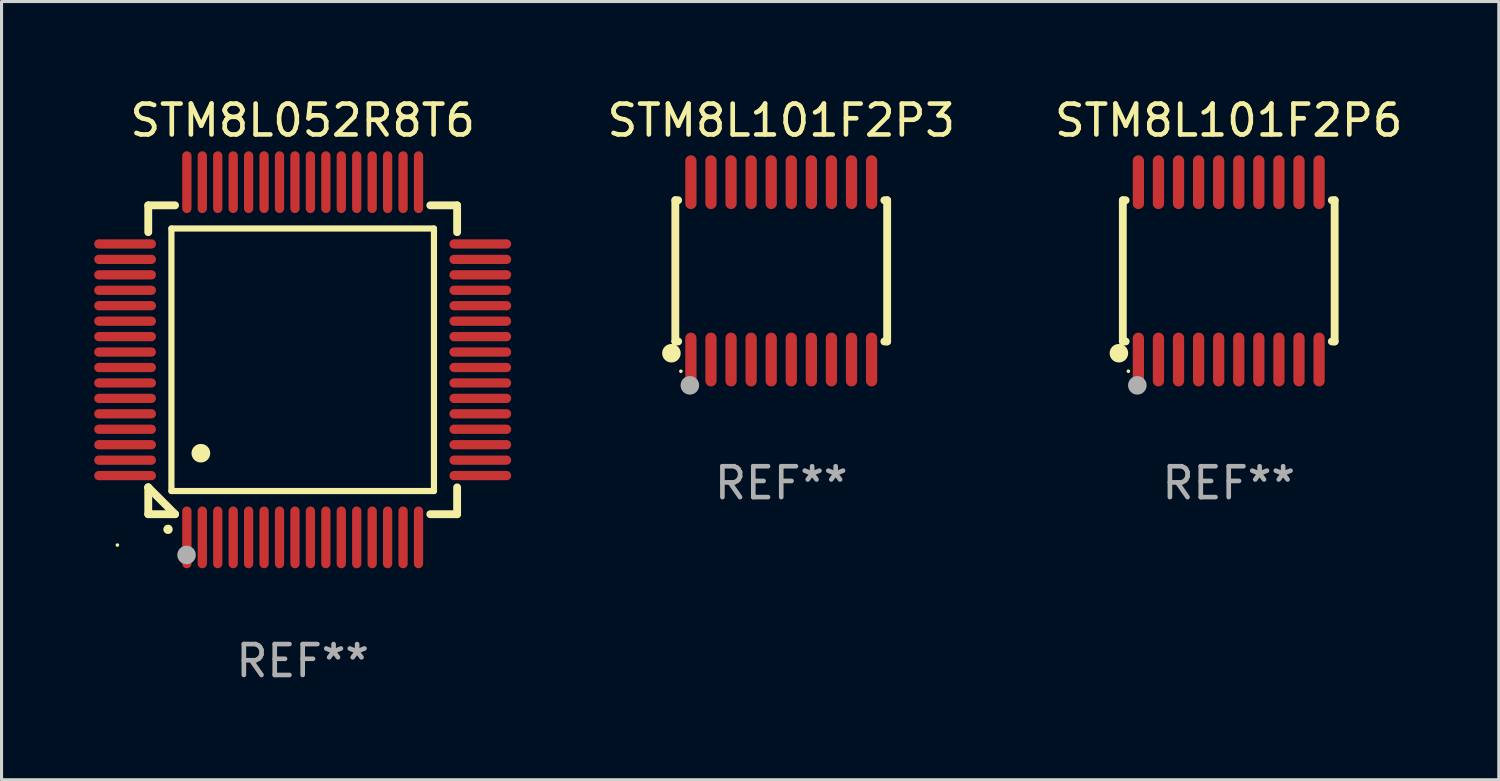
<source format=kicad_pcb>
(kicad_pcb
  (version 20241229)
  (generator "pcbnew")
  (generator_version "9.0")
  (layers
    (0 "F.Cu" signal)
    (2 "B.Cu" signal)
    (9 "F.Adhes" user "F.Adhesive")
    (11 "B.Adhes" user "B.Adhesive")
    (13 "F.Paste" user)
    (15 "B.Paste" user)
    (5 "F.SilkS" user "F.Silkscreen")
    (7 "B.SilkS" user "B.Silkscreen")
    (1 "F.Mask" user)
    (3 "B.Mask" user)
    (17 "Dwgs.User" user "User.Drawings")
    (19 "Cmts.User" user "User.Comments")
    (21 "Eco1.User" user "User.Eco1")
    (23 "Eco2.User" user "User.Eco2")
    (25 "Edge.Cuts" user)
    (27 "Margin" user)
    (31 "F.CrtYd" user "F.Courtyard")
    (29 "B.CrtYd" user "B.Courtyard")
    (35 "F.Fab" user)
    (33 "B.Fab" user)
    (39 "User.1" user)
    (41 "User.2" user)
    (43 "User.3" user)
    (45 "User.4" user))
  (footprint "STM8L052R8T6"
    (layer "F.Cu")
    (at 6.75 8.598)
    (property "Reference" "STM8L052R8T6" (at 0 -7.75 0) (layer "F.SilkS") (effects (font (size 1 1) (thickness 0.15))))
    (attr through_hole)
    (fp_line (start -5 -5) (end -4.131 -5) (stroke (width 0.254) (type solid)) (layer "F.SilkS"))
    (fp_line (start -5 -4.131) (end -5 -5) (stroke (width 0.254) (type solid)) (layer "F.SilkS"))
    (fp_line (start -5 4.131) (end -5 4.131) (stroke (width 0.254) (type solid)) (layer "F.SilkS"))
    (fp_line (start -5 5) (end -5 4.131) (stroke (width 0.254) (type solid)) (layer "F.SilkS"))
    (fp_line (start -5 4.131) (end -4.131 5) (stroke (width 0.254) (type solid)) (layer "F.SilkS"))
    (fp_line (start -4.25 -4.25) (end -4.25 4.25) (stroke (width 0.2) (type solid)) (layer "F.SilkS"))
    (fp_line (start -4.25 4.25) (end 4.25 4.25) (stroke (width 0.2) (type solid)) (layer "F.SilkS"))
    (fp_line (start -4.131 5) (end -5 5) (stroke (width 0.254) (type solid)) (layer "F.SilkS"))
    (fp_line (start 4.25 -4.25) (end -4.25 -4.25) (stroke (width 0.2) (type solid)) (layer "F.SilkS"))
    (fp_line (start 4.25 4.25) (end 4.25 -4.25) (stroke (width 0.2) (type solid)) (layer "F.SilkS"))
    (fp_line (start 5 -5) (end 4.131 -5) (stroke (width 0.254) (type solid)) (layer "F.SilkS"))
    (fp_line (start 5 -5) (end 5 -4.131) (stroke (width 0.254) (type solid)) (layer "F.SilkS"))
    (fp_line (start 5 4.131) (end 5 5) (stroke (width 0.254) (type solid)) (layer "F.SilkS"))
    (fp_line (start 5 5) (end 4.131 5) (stroke (width 0.254) (type solid)) (layer "F.SilkS"))
    (fp_arc (start -4.361265 5.489992) (mid -4.359995 5.489987) (end -4.358725 5.489992) (stroke (width 0.3) (type solid)) (layer "F.SilkS"))
    (fp_arc (start -3.299467 3.025146) (mid -3.296927 3.025135) (end -3.294387 3.025146) (stroke (width 0.6) (type solid)) (layer "F.SilkS"))
    (fp_circle (center -6 6) (end -5.97 6) (stroke (width 0.06) (type solid)) (fill no) (layer "F.SilkS"))
    (fp_circle (center -3.76 6.32) (end -3.61 6.32) (stroke (width 0.3) (type solid)) (fill no) (layer "F.Fab"))
    (fp_text user "REF**" (at 0 9.75 0) (layer "F.Fab") (effects (font (size 1 1) (thickness 0.15))))
    (pad "1" smd oval (at -3.75 5.75) (size 0.3 2) (layers "F.Cu" "F.Mask" "F.Paste"))
    (pad "2" smd oval (at -3.25 5.75) (size 0.3 2) (layers "F.Cu" "F.Mask" "F.Paste"))
    (pad "3" smd oval (at -2.75 5.75) (size 0.3 2) (layers "F.Cu" "F.Mask" "F.Paste"))
    (pad "4" smd oval (at -2.25 5.75) (size 0.3 2) (layers "F.Cu" "F.Mask" "F.Paste"))
    (pad "5" smd oval (at -1.75 5.75) (size 0.3 2) (layers "F.Cu" "F.Mask" "F.Paste"))
    (pad "6" smd oval (at -1.25 5.75) (size 0.3 2) (layers "F.Cu" "F.Mask" "F.Paste"))
    (pad "7" smd oval (at -0.75 5.75) (size 0.3 2) (layers "F.Cu" "F.Mask" "F.Paste"))
    (pad "8" smd oval (at -0.25 5.75) (size 0.3 2) (layers "F.Cu" "F.Mask" "F.Paste"))
    (pad "9" smd oval (at 0.25 5.75) (size 0.3 2) (layers "F.Cu" "F.Mask" "F.Paste"))
    (pad "10" smd oval (at 0.75 5.75) (size 0.3 2) (layers "F.Cu" "F.Mask" "F.Paste"))
    (pad "11" smd oval (at 1.25 5.75) (size 0.3 2) (layers "F.Cu" "F.Mask" "F.Paste"))
    (pad "12" smd oval (at 1.75 5.75) (size 0.3 2) (layers "F.Cu" "F.Mask" "F.Paste"))
    (pad "13" smd oval (at 2.25 5.75) (size 0.3 2) (layers "F.Cu" "F.Mask" "F.Paste"))
    (pad "14" smd oval (at 2.75 5.75) (size 0.3 2) (layers "F.Cu" "F.Mask" "F.Paste"))
    (pad "15" smd oval (at 3.25 5.75) (size 0.3 2) (layers "F.Cu" "F.Mask" "F.Paste"))
    (pad "16" smd oval (at 3.75 5.75) (size 0.3 2) (layers "F.Cu" "F.Mask" "F.Paste"))
    (pad "17" smd oval (at 5.75 3.75) (size 2 0.3) (layers "F.Cu" "F.Mask" "F.Paste"))
    (pad "18" smd oval (at 5.75 3.25) (size 2 0.3) (layers "F.Cu" "F.Mask" "F.Paste"))
    (pad "19" smd oval (at 5.75 2.75) (size 2 0.3) (layers "F.Cu" "F.Mask" "F.Paste"))
    (pad "20" smd oval (at 5.75 2.25) (size 2 0.3) (layers "F.Cu" "F.Mask" "F.Paste"))
    (pad "21" smd oval (at 5.75 1.75) (size 2 0.3) (layers "F.Cu" "F.Mask" "F.Paste"))
    (pad "22" smd oval (at 5.75 1.25) (size 2 0.3) (layers "F.Cu" "F.Mask" "F.Paste"))
    (pad "23" smd oval (at 5.75 0.75) (size 2 0.3) (layers "F.Cu" "F.Mask" "F.Paste"))
    (pad "24" smd oval (at 5.75 0.25) (size 2 0.3) (layers "F.Cu" "F.Mask" "F.Paste"))
    (pad "25" smd oval (at 5.75 -0.25) (size 2 0.3) (layers "F.Cu" "F.Mask" "F.Paste"))
    (pad "26" smd oval (at 5.75 -0.75) (size 2 0.3) (layers "F.Cu" "F.Mask" "F.Paste"))
    (pad "27" smd oval (at 5.75 -1.25) (size 2 0.3) (layers "F.Cu" "F.Mask" "F.Paste"))
    (pad "28" smd oval (at 5.75 -1.75) (size 2 0.3) (layers "F.Cu" "F.Mask" "F.Paste"))
    (pad "29" smd oval (at 5.75 -2.25) (size 2 0.3) (layers "F.Cu" "F.Mask" "F.Paste"))
    (pad "30" smd oval (at 5.75 -2.75) (size 2 0.3) (layers "F.Cu" "F.Mask" "F.Paste"))
    (pad "31" smd oval (at 5.75 -3.25) (size 2 0.3) (layers "F.Cu" "F.Mask" "F.Paste"))
    (pad "32" smd oval (at 5.75 -3.75) (size 2 0.3) (layers "F.Cu" "F.Mask" "F.Paste"))
    (pad "33" smd oval (at 3.75 -5.75) (size 0.3 2) (layers "F.Cu" "F.Mask" "F.Paste"))
    (pad "34" smd oval (at 3.25 -5.75) (size 0.3 2) (layers "F.Cu" "F.Mask" "F.Paste"))
    (pad "35" smd oval (at 2.75 -5.75) (size 0.3 2) (layers "F.Cu" "F.Mask" "F.Paste"))
    (pad "36" smd oval (at 2.25 -5.75) (size 0.3 2) (layers "F.Cu" "F.Mask" "F.Paste"))
    (pad "37" smd oval (at 1.75 -5.75) (size 0.3 2) (layers "F.Cu" "F.Mask" "F.Paste"))
    (pad "38" smd oval (at 1.25 -5.75) (size 0.3 2) (layers "F.Cu" "F.Mask" "F.Paste"))
    (pad "39" smd oval (at 0.75 -5.75) (size 0.3 2) (layers "F.Cu" "F.Mask" "F.Paste"))
    (pad "40" smd oval (at 0.25 -5.75) (size 0.3 2) (layers "F.Cu" "F.Mask" "F.Paste"))
    (pad "41" smd oval (at -0.25 -5.75) (size 0.3 2) (layers "F.Cu" "F.Mask" "F.Paste"))
    (pad "42" smd oval (at -0.75 -5.75) (size 0.3 2) (layers "F.Cu" "F.Mask" "F.Paste"))
    (pad "43" smd oval (at -1.25 -5.75) (size 0.3 2) (layers "F.Cu" "F.Mask" "F.Paste"))
    (pad "44" smd oval (at -1.75 -5.75) (size 0.3 2) (layers "F.Cu" "F.Mask" "F.Paste"))
    (pad "45" smd oval (at -2.25 -5.75) (size 0.3 2) (layers "F.Cu" "F.Mask" "F.Paste"))
    (pad "46" smd oval (at -2.75 -5.75) (size 0.3 2) (layers "F.Cu" "F.Mask" "F.Paste"))
    (pad "47" smd oval (at -3.25 -5.75) (size 0.3 2) (layers "F.Cu" "F.Mask" "F.Paste"))
    (pad "48" smd oval (at -3.75 -5.75) (size 0.3 2) (layers "F.Cu" "F.Mask" "F.Paste"))
    (pad "49" smd oval (at -5.75 -3.75) (size 2 0.3) (layers "F.Cu" "F.Mask" "F.Paste"))
    (pad "50" smd oval (at -5.75 -3.25) (size 2 0.3) (layers "F.Cu" "F.Mask" "F.Paste"))
    (pad "51" smd oval (at -5.75 -2.75) (size 2 0.3) (layers "F.Cu" "F.Mask" "F.Paste"))
    (pad "52" smd oval (at -5.75 -2.25) (size 2 0.3) (layers "F.Cu" "F.Mask" "F.Paste"))
    (pad "53" smd oval (at -5.75 -1.75) (size 2 0.3) (layers "F.Cu" "F.Mask" "F.Paste"))
    (pad "54" smd oval (at -5.75 -1.25) (size 2 0.3) (layers "F.Cu" "F.Mask" "F.Paste"))
    (pad "55" smd oval (at -5.75 -0.75) (size 2 0.3) (layers "F.Cu" "F.Mask" "F.Paste"))
    (pad "56" smd oval (at -5.75 -0.25) (size 2 0.3) (layers "F.Cu" "F.Mask" "F.Paste"))
    (pad "57" smd oval (at -5.75 0.25) (size 2 0.3) (layers "F.Cu" "F.Mask" "F.Paste"))
    (pad "58" smd oval (at -5.75 0.75) (size 2 0.3) (layers "F.Cu" "F.Mask" "F.Paste"))
    (pad "59" smd oval (at -5.75 1.25) (size 2 0.3) (layers "F.Cu" "F.Mask" "F.Paste"))
    (pad "60" smd oval (at -5.75 1.75) (size 2 0.3) (layers "F.Cu" "F.Mask" "F.Paste"))
    (pad "61" smd oval (at -5.75 2.25) (size 2 0.3) (layers "F.Cu" "F.Mask" "F.Paste"))
    (pad "62" smd oval (at -5.75 2.75) (size 2 0.3) (layers "F.Cu" "F.Mask" "F.Paste"))
    (pad "63" smd oval (at -5.75 3.25) (size 2 0.3) (layers "F.Cu" "F.Mask" "F.Paste"))
    (pad "64" smd oval (at -5.75 3.75) (size 2 0.3) (layers "F.Cu" "F.Mask" "F.Paste")))
  (footprint "STM8L101F2P6"
    (layer "F.Cu")
    (at 36.732 5.719)
    (property "Reference" "STM8L101F2P6" (at 0 -4.871 0) (layer "F.SilkS") (effects (font (size 1 1) (thickness 0.15))))
    (attr through_hole)
    (fp_line (start -3.429 -2.286) (end -3.429 2.286) (stroke (width 0.254) (type solid)) (layer "F.SilkS"))
    (fp_line (start -3.429 2.286) (end -3.338 2.286) (stroke (width 0.254) (type solid)) (layer "F.SilkS"))
    (fp_line (start -3.338 -2.286) (end -3.429 -2.286) (stroke (width 0.254) (type solid)) (layer "F.SilkS"))
    (fp_line (start 3.338 -2.286) (end 3.429 -2.286) (stroke (width 0.254) (type solid)) (layer "F.SilkS"))
    (fp_line (start 3.429 -2.286) (end 3.429 2.286) (stroke (width 0.254) (type solid)) (layer "F.SilkS"))
    (fp_line (start 3.429 2.286) (end 3.338 2.286) (stroke (width 0.254) (type solid)) (layer "F.SilkS"))
    (fp_circle (center -3.556 2.667) (end -3.406 2.667) (stroke (width 0.3) (type solid)) (fill no) (layer "F.SilkS"))
    (fp_circle (center -3.25 3.25) (end -3.22 3.25) (stroke (width 0.06) (type solid)) (fill no) (layer "F.SilkS"))
    (fp_circle (center -2.959 3.707) (end -2.808 3.707) (stroke (width 0.3) (type solid)) (fill no) (layer "F.Fab"))
    (fp_text user "REF**" (at 0 6.871 0) (layer "F.Fab") (effects (font (size 1 1) (thickness 0.15))))
    (pad "1" smd oval (at -2.925 2.871) (size 0.364 1.742) (layers "F.Cu" "F.Mask" "F.Paste"))
    (pad "2" smd oval (at -2.275 2.871) (size 0.364 1.742) (layers "F.Cu" "F.Mask" "F.Paste"))
    (pad "3" smd oval (at -1.625 2.871) (size 0.364 1.742) (layers "F.Cu" "F.Mask" "F.Paste"))
    (pad "4" smd oval (at -0.975 2.871) (size 0.364 1.742) (layers "F.Cu" "F.Mask" "F.Paste"))
    (pad "5" smd oval (at -0.325 2.871) (size 0.364 1.742) (layers "F.Cu" "F.Mask" "F.Paste"))
    (pad "6" smd oval (at 0.325 2.871) (size 0.364 1.742) (layers "F.Cu" "F.Mask" "F.Paste"))
    (pad "7" smd oval (at 0.975 2.871) (size 0.364 1.742) (layers "F.Cu" "F.Mask" "F.Paste"))
    (pad "8" smd oval (at 1.625 2.871) (size 0.364 1.742) (layers "F.Cu" "F.Mask" "F.Paste"))
    (pad "9" smd oval (at 2.275 2.871) (size 0.364 1.742) (layers "F.Cu" "F.Mask" "F.Paste"))
    (pad "10" smd oval (at 2.925 2.871) (size 0.364 1.742) (layers "F.Cu" "F.Mask" "F.Paste"))
    (pad "11" smd oval (at 2.925 -2.871) (size 0.364 1.742) (layers "F.Cu" "F.Mask" "F.Paste"))
    (pad "12" smd oval (at 2.275 -2.871) (size 0.364 1.742) (layers "F.Cu" "F.Mask" "F.Paste"))
    (pad "13" smd oval (at 1.625 -2.871) (size 0.364 1.742) (layers "F.Cu" "F.Mask" "F.Paste"))
    (pad "14" smd oval (at 0.975 -2.871) (size 0.364 1.742) (layers "F.Cu" "F.Mask" "F.Paste"))
    (pad "15" smd oval (at 0.325 -2.871) (size 0.364 1.742) (layers "F.Cu" "F.Mask" "F.Paste"))
    (pad "16" smd oval (at -0.325 -2.871) (size 0.364 1.742) (layers "F.Cu" "F.Mask" "F.Paste"))
    (pad "17" smd oval (at -0.975 -2.871) (size 0.364 1.742) (layers "F.Cu" "F.Mask" "F.Paste"))
    (pad "18" smd oval (at -1.625 -2.871) (size 0.364 1.742) (layers "F.Cu" "F.Mask" "F.Paste"))
    (pad "19" smd oval (at -2.275 -2.871) (size 0.364 1.742) (layers "F.Cu" "F.Mask" "F.Paste"))
    (pad "20" smd oval (at -2.925 -2.871) (size 0.364 1.742) (layers "F.Cu" "F.Mask" "F.Paste")))
  (footprint "STM8L101F2P3"
    (layer "F.Cu")
    (at 22.244 5.719)
    (property "Reference" "STM8L101F2P3" (at 0 -4.871 0) (layer "F.SilkS") (effects (font (size 1 1) (thickness 0.15))))
    (attr through_hole)
    (fp_line (start -3.429 -2.286) (end -3.429 2.286) (stroke (width 0.254) (type solid)) (layer "F.SilkS"))
    (fp_line (start -3.429 2.286) (end -3.338 2.286) (stroke (width 0.254) (type solid)) (layer "F.SilkS"))
    (fp_line (start -3.338 -2.286) (end -3.429 -2.286) (stroke (width 0.254) (type solid)) (layer "F.SilkS"))
    (fp_line (start 3.338 -2.286) (end 3.429 -2.286) (stroke (width 0.254) (type solid)) (layer "F.SilkS"))
    (fp_line (start 3.429 -2.286) (end 3.429 2.286) (stroke (width 0.254) (type solid)) (layer "F.SilkS"))
    (fp_line (start 3.429 2.286) (end 3.338 2.286) (stroke (width 0.254) (type solid)) (layer "F.SilkS"))
    (fp_circle (center -3.556 2.667) (end -3.406 2.667) (stroke (width 0.3) (type solid)) (fill no) (layer "F.SilkS"))
    (fp_circle (center -3.25 3.25) (end -3.22 3.25) (stroke (width 0.06) (type solid)) (fill no) (layer "F.SilkS"))
    (fp_circle (center -2.959 3.707) (end -2.808 3.707) (stroke (width 0.3) (type solid)) (fill no) (layer "F.Fab"))
    (fp_text user "REF**" (at 0 6.871 0) (layer "F.Fab") (effects (font (size 1 1) (thickness 0.15))))
    (pad "1" smd oval (at -2.925 2.871) (size 0.364 1.742) (layers "F.Cu" "F.Mask" "F.Paste"))
    (pad "2" smd oval (at -2.275 2.871) (size 0.364 1.742) (layers "F.Cu" "F.Mask" "F.Paste"))
    (pad "3" smd oval (at -1.625 2.871) (size 0.364 1.742) (layers "F.Cu" "F.Mask" "F.Paste"))
    (pad "4" smd oval (at -0.975 2.871) (size 0.364 1.742) (layers "F.Cu" "F.Mask" "F.Paste"))
    (pad "5" smd oval (at -0.325 2.871) (size 0.364 1.742) (layers "F.Cu" "F.Mask" "F.Paste"))
    (pad "6" smd oval (at 0.325 2.871) (size 0.364 1.742) (layers "F.Cu" "F.Mask" "F.Paste"))
    (pad "7" smd oval (at 0.975 2.871) (size 0.364 1.742) (layers "F.Cu" "F.Mask" "F.Paste"))
    (pad "8" smd oval (at 1.625 2.871) (size 0.364 1.742) (layers "F.Cu" "F.Mask" "F.Paste"))
    (pad "9" smd oval (at 2.275 2.871) (size 0.364 1.742) (layers "F.Cu" "F.Mask" "F.Paste"))
    (pad "10" smd oval (at 2.925 2.871) (size 0.364 1.742) (layers "F.Cu" "F.Mask" "F.Paste"))
    (pad "11" smd oval (at 2.925 -2.871) (size 0.364 1.742) (layers "F.Cu" "F.Mask" "F.Paste"))
    (pad "12" smd oval (at 2.275 -2.871) (size 0.364 1.742) (layers "F.Cu" "F.Mask" "F.Paste"))
    (pad "13" smd oval (at 1.625 -2.871) (size 0.364 1.742) (layers "F.Cu" "F.Mask" "F.Paste"))
    (pad "14" smd oval (at 0.975 -2.871) (size 0.364 1.742) (layers "F.Cu" "F.Mask" "F.Paste"))
    (pad "15" smd oval (at 0.325 -2.871) (size 0.364 1.742) (layers "F.Cu" "F.Mask" "F.Paste"))
    (pad "16" smd oval (at -0.325 -2.871) (size 0.364 1.742) (layers "F.Cu" "F.Mask" "F.Paste"))
    (pad "17" smd oval (at -0.975 -2.871) (size 0.364 1.742) (layers "F.Cu" "F.Mask" "F.Paste"))
    (pad "18" smd oval (at -1.625 -2.871) (size 0.364 1.742) (layers "F.Cu" "F.Mask" "F.Paste"))
    (pad "19" smd oval (at -2.275 -2.871) (size 0.364 1.742) (layers "F.Cu" "F.Mask" "F.Paste"))
    (pad "20" smd oval (at -2.925 -2.871) (size 0.364 1.742) (layers "F.Cu" "F.Mask" "F.Paste")))
  (gr_rect
    (start -3 -3)
    (end 45.476 22.196)
    (stroke (width 0.1) (type default))
    (fill no)
    (layer "Edge.Cuts")))
</source>
